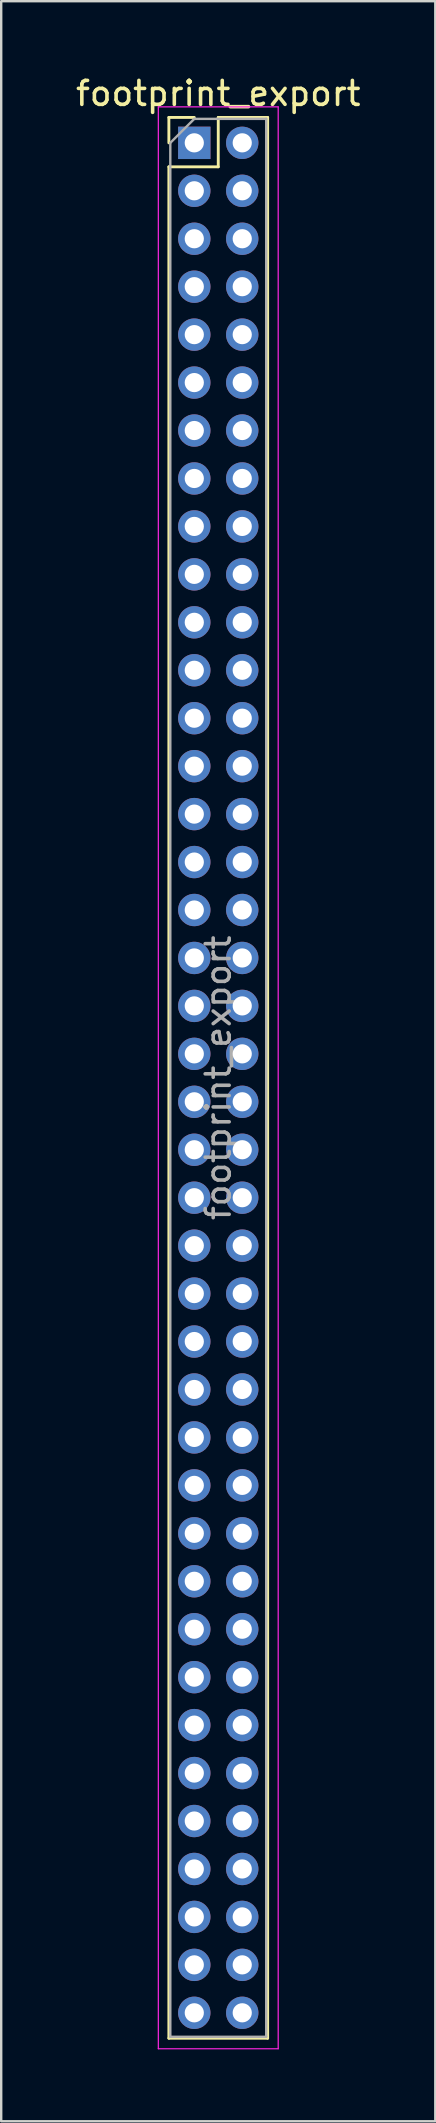
<source format=kicad_pcb>
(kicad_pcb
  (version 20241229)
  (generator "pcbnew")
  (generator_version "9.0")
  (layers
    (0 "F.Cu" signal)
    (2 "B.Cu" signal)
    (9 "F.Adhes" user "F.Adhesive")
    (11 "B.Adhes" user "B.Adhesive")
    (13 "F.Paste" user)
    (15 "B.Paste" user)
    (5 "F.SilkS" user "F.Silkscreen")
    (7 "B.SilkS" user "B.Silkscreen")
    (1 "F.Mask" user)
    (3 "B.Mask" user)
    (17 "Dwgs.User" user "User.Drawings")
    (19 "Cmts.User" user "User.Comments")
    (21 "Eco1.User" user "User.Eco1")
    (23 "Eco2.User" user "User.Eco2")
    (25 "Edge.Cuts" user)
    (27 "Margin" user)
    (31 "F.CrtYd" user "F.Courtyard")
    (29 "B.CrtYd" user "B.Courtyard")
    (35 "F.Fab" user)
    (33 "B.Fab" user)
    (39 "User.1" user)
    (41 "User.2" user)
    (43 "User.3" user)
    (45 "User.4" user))
  (footprint "footprint_export"
    (layer "F.Cu")
    (at 5.054 2.908)
    (property "Reference" "footprint_export" (at 1 -2.06 0) (layer "F.SilkS") (effects (font (size 1 1) (thickness 0.15))))
    (attr through_hole)
    (fp_line (start -1.06 -1.06) (end 0 -1.06) (stroke (width 0.12) (type solid)) (layer "F.SilkS"))
    (fp_line (start -1.06 0) (end -1.06 -1.06) (stroke (width 0.12) (type solid)) (layer "F.SilkS"))
    (fp_line (start -1.06 1) (end -1.06 79.06) (stroke (width 0.12) (type solid)) (layer "F.SilkS"))
    (fp_line (start -1.06 1) (end 1 1) (stroke (width 0.12) (type solid)) (layer "F.SilkS"))
    (fp_line (start -1.06 79.06) (end 3.06 79.06) (stroke (width 0.12) (type solid)) (layer "F.SilkS"))
    (fp_line (start 1 -1.06) (end 3.06 -1.06) (stroke (width 0.12) (type solid)) (layer "F.SilkS"))
    (fp_line (start 1 1) (end 1 -1.06) (stroke (width 0.12) (type solid)) (layer "F.SilkS"))
    (fp_line (start 3.06 -1.06) (end 3.06 79.06) (stroke (width 0.12) (type solid)) (layer "F.SilkS"))
    (fp_line (start -1.5 -1.5) (end -1.5 79.5) (stroke (width 0.05) (type solid)) (layer "F.CrtYd"))
    (fp_line (start -1.5 79.5) (end 3.5 79.5) (stroke (width 0.05) (type solid)) (layer "F.CrtYd"))
    (fp_line (start 3.5 -1.5) (end -1.5 -1.5) (stroke (width 0.05) (type solid)) (layer "F.CrtYd"))
    (fp_line (start 3.5 79.5) (end 3.5 -1.5) (stroke (width 0.05) (type solid)) (layer "F.CrtYd"))
    (fp_line (start -1 0) (end 0 -1) (stroke (width 0.1) (type solid)) (layer "F.Fab"))
    (fp_line (start -1 79) (end -1 0) (stroke (width 0.1) (type solid)) (layer "F.Fab"))
    (fp_line (start 0 -1) (end 3 -1) (stroke (width 0.1) (type solid)) (layer "F.Fab"))
    (fp_line (start 3 -1) (end 3 79) (stroke (width 0.1) (type solid)) (layer "F.Fab"))
    (fp_line (start 3 79) (end -1 79) (stroke (width 0.1) (type solid)) (layer "F.Fab"))
    (fp_text user "${REFERENCE}" (at 1 39 90) (layer "F.Fab") (effects (font (size 1 1) (thickness 0.15))))
    (pad "1" thru_hole rect (at 0 0) (size 1.35 1.35) (drill 0.8) (layers "*.Cu" "*.Mask"))
    (pad "2" thru_hole oval (at 2 0) (size 1.35 1.35) (drill 0.8) (layers "*.Cu" "*.Mask"))
    (pad "3" thru_hole oval (at 0 2) (size 1.35 1.35) (drill 0.8) (layers "*.Cu" "*.Mask"))
    (pad "4" thru_hole oval (at 2 2) (size 1.35 1.35) (drill 0.8) (layers "*.Cu" "*.Mask"))
    (pad "5" thru_hole oval (at 0 4) (size 1.35 1.35) (drill 0.8) (layers "*.Cu" "*.Mask"))
    (pad "6" thru_hole oval (at 2 4) (size 1.35 1.35) (drill 0.8) (layers "*.Cu" "*.Mask"))
    (pad "7" thru_hole oval (at 0 6) (size 1.35 1.35) (drill 0.8) (layers "*.Cu" "*.Mask"))
    (pad "8" thru_hole oval (at 2 6) (size 1.35 1.35) (drill 0.8) (layers "*.Cu" "*.Mask"))
    (pad "9" thru_hole oval (at 0 8) (size 1.35 1.35) (drill 0.8) (layers "*.Cu" "*.Mask"))
    (pad "10" thru_hole oval (at 2 8) (size 1.35 1.35) (drill 0.8) (layers "*.Cu" "*.Mask"))
    (pad "11" thru_hole oval (at 0 10) (size 1.35 1.35) (drill 0.8) (layers "*.Cu" "*.Mask"))
    (pad "12" thru_hole oval (at 2 10) (size 1.35 1.35) (drill 0.8) (layers "*.Cu" "*.Mask"))
    (pad "13" thru_hole oval (at 0 12) (size 1.35 1.35) (drill 0.8) (layers "*.Cu" "*.Mask"))
    (pad "14" thru_hole oval (at 2 12) (size 1.35 1.35) (drill 0.8) (layers "*.Cu" "*.Mask"))
    (pad "15" thru_hole oval (at 0 14) (size 1.35 1.35) (drill 0.8) (layers "*.Cu" "*.Mask"))
    (pad "16" thru_hole oval (at 2 14) (size 1.35 1.35) (drill 0.8) (layers "*.Cu" "*.Mask"))
    (pad "17" thru_hole oval (at 0 16) (size 1.35 1.35) (drill 0.8) (layers "*.Cu" "*.Mask"))
    (pad "18" thru_hole oval (at 2 16) (size 1.35 1.35) (drill 0.8) (layers "*.Cu" "*.Mask"))
    (pad "19" thru_hole oval (at 0 18) (size 1.35 1.35) (drill 0.8) (layers "*.Cu" "*.Mask"))
    (pad "20" thru_hole oval (at 2 18) (size 1.35 1.35) (drill 0.8) (layers "*.Cu" "*.Mask"))
    (pad "21" thru_hole oval (at 0 20) (size 1.35 1.35) (drill 0.8) (layers "*.Cu" "*.Mask"))
    (pad "22" thru_hole oval (at 2 20) (size 1.35 1.35) (drill 0.8) (layers "*.Cu" "*.Mask"))
    (pad "23" thru_hole oval (at 0 22) (size 1.35 1.35) (drill 0.8) (layers "*.Cu" "*.Mask"))
    (pad "24" thru_hole oval (at 2 22) (size 1.35 1.35) (drill 0.8) (layers "*.Cu" "*.Mask"))
    (pad "25" thru_hole oval (at 0 24) (size 1.35 1.35) (drill 0.8) (layers "*.Cu" "*.Mask"))
    (pad "26" thru_hole oval (at 2 24) (size 1.35 1.35) (drill 0.8) (layers "*.Cu" "*.Mask"))
    (pad "27" thru_hole oval (at 0 26) (size 1.35 1.35) (drill 0.8) (layers "*.Cu" "*.Mask"))
    (pad "28" thru_hole oval (at 2 26) (size 1.35 1.35) (drill 0.8) (layers "*.Cu" "*.Mask"))
    (pad "29" thru_hole oval (at 0 28) (size 1.35 1.35) (drill 0.8) (layers "*.Cu" "*.Mask"))
    (pad "30" thru_hole oval (at 2 28) (size 1.35 1.35) (drill 0.8) (layers "*.Cu" "*.Mask"))
    (pad "31" thru_hole oval (at 0 30) (size 1.35 1.35) (drill 0.8) (layers "*.Cu" "*.Mask"))
    (pad "32" thru_hole oval (at 2 30) (size 1.35 1.35) (drill 0.8) (layers "*.Cu" "*.Mask"))
    (pad "33" thru_hole oval (at 0 32) (size 1.35 1.35) (drill 0.8) (layers "*.Cu" "*.Mask"))
    (pad "34" thru_hole oval (at 2 32) (size 1.35 1.35) (drill 0.8) (layers "*.Cu" "*.Mask"))
    (pad "35" thru_hole oval (at 0 34) (size 1.35 1.35) (drill 0.8) (layers "*.Cu" "*.Mask"))
    (pad "36" thru_hole oval (at 2 34) (size 1.35 1.35) (drill 0.8) (layers "*.Cu" "*.Mask"))
    (pad "37" thru_hole oval (at 0 36) (size 1.35 1.35) (drill 0.8) (layers "*.Cu" "*.Mask"))
    (pad "38" thru_hole oval (at 2 36) (size 1.35 1.35) (drill 0.8) (layers "*.Cu" "*.Mask"))
    (pad "39" thru_hole oval (at 0 38) (size 1.35 1.35) (drill 0.8) (layers "*.Cu" "*.Mask"))
    (pad "40" thru_hole oval (at 2 38) (size 1.35 1.35) (drill 0.8) (layers "*.Cu" "*.Mask"))
    (pad "41" thru_hole oval (at 0 40) (size 1.35 1.35) (drill 0.8) (layers "*.Cu" "*.Mask"))
    (pad "42" thru_hole oval (at 2 40) (size 1.35 1.35) (drill 0.8) (layers "*.Cu" "*.Mask"))
    (pad "43" thru_hole oval (at 0 42) (size 1.35 1.35) (drill 0.8) (layers "*.Cu" "*.Mask"))
    (pad "44" thru_hole oval (at 2 42) (size 1.35 1.35) (drill 0.8) (layers "*.Cu" "*.Mask"))
    (pad "45" thru_hole oval (at 0 44) (size 1.35 1.35) (drill 0.8) (layers "*.Cu" "*.Mask"))
    (pad "46" thru_hole oval (at 2 44) (size 1.35 1.35) (drill 0.8) (layers "*.Cu" "*.Mask"))
    (pad "47" thru_hole oval (at 0 46) (size 1.35 1.35) (drill 0.8) (layers "*.Cu" "*.Mask"))
    (pad "48" thru_hole oval (at 2 46) (size 1.35 1.35) (drill 0.8) (layers "*.Cu" "*.Mask"))
    (pad "49" thru_hole oval (at 0 48) (size 1.35 1.35) (drill 0.8) (layers "*.Cu" "*.Mask"))
    (pad "50" thru_hole oval (at 2 48) (size 1.35 1.35) (drill 0.8) (layers "*.Cu" "*.Mask"))
    (pad "51" thru_hole oval (at 0 50) (size 1.35 1.35) (drill 0.8) (layers "*.Cu" "*.Mask"))
    (pad "52" thru_hole oval (at 2 50) (size 1.35 1.35) (drill 0.8) (layers "*.Cu" "*.Mask"))
    (pad "53" thru_hole oval (at 0 52) (size 1.35 1.35) (drill 0.8) (layers "*.Cu" "*.Mask"))
    (pad "54" thru_hole oval (at 2 52) (size 1.35 1.35) (drill 0.8) (layers "*.Cu" "*.Mask"))
    (pad "55" thru_hole oval (at 0 54) (size 1.35 1.35) (drill 0.8) (layers "*.Cu" "*.Mask"))
    (pad "56" thru_hole oval (at 2 54) (size 1.35 1.35) (drill 0.8) (layers "*.Cu" "*.Mask"))
    (pad "57" thru_hole oval (at 0 56) (size 1.35 1.35) (drill 0.8) (layers "*.Cu" "*.Mask"))
    (pad "58" thru_hole oval (at 2 56) (size 1.35 1.35) (drill 0.8) (layers "*.Cu" "*.Mask"))
    (pad "59" thru_hole oval (at 0 58) (size 1.35 1.35) (drill 0.8) (layers "*.Cu" "*.Mask"))
    (pad "60" thru_hole oval (at 2 58) (size 1.35 1.35) (drill 0.8) (layers "*.Cu" "*.Mask"))
    (pad "61" thru_hole oval (at 0 60) (size 1.35 1.35) (drill 0.8) (layers "*.Cu" "*.Mask"))
    (pad "62" thru_hole oval (at 2 60) (size 1.35 1.35) (drill 0.8) (layers "*.Cu" "*.Mask"))
    (pad "63" thru_hole oval (at 0 62) (size 1.35 1.35) (drill 0.8) (layers "*.Cu" "*.Mask"))
    (pad "64" thru_hole oval (at 2 62) (size 1.35 1.35) (drill 0.8) (layers "*.Cu" "*.Mask"))
    (pad "65" thru_hole oval (at 0 64) (size 1.35 1.35) (drill 0.8) (layers "*.Cu" "*.Mask"))
    (pad "66" thru_hole oval (at 2 64) (size 1.35 1.35) (drill 0.8) (layers "*.Cu" "*.Mask"))
    (pad "67" thru_hole oval (at 0 66) (size 1.35 1.35) (drill 0.8) (layers "*.Cu" "*.Mask"))
    (pad "68" thru_hole oval (at 2 66) (size 1.35 1.35) (drill 0.8) (layers "*.Cu" "*.Mask"))
    (pad "69" thru_hole oval (at 0 68) (size 1.35 1.35) (drill 0.8) (layers "*.Cu" "*.Mask"))
    (pad "70" thru_hole oval (at 2 68) (size 1.35 1.35) (drill 0.8) (layers "*.Cu" "*.Mask"))
    (pad "71" thru_hole oval (at 0 70) (size 1.35 1.35) (drill 0.8) (layers "*.Cu" "*.Mask"))
    (pad "72" thru_hole oval (at 2 70) (size 1.35 1.35) (drill 0.8) (layers "*.Cu" "*.Mask"))
    (pad "73" thru_hole oval (at 0 72) (size 1.35 1.35) (drill 0.8) (layers "*.Cu" "*.Mask"))
    (pad "74" thru_hole oval (at 2 72) (size 1.35 1.35) (drill 0.8) (layers "*.Cu" "*.Mask"))
    (pad "75" thru_hole oval (at 0 74) (size 1.35 1.35) (drill 0.8) (layers "*.Cu" "*.Mask"))
    (pad "76" thru_hole oval (at 2 74) (size 1.35 1.35) (drill 0.8) (layers "*.Cu" "*.Mask"))
    (pad "77" thru_hole oval (at 0 76) (size 1.35 1.35) (drill 0.8) (layers "*.Cu" "*.Mask"))
    (pad "78" thru_hole oval (at 2 76) (size 1.35 1.35) (drill 0.8) (layers "*.Cu" "*.Mask"))
    (pad "79" thru_hole oval (at 0 78) (size 1.35 1.35) (drill 0.8) (layers "*.Cu" "*.Mask"))
    (pad "80" thru_hole oval (at 2 78) (size 1.35 1.35) (drill 0.8) (layers "*.Cu" "*.Mask")))
  (gr_rect
    (start -3 -3)
    (end 15.107 85.433)
    (stroke (width 0.1) (type default))
    (fill no)
    (layer "Edge.Cuts")))
</source>
